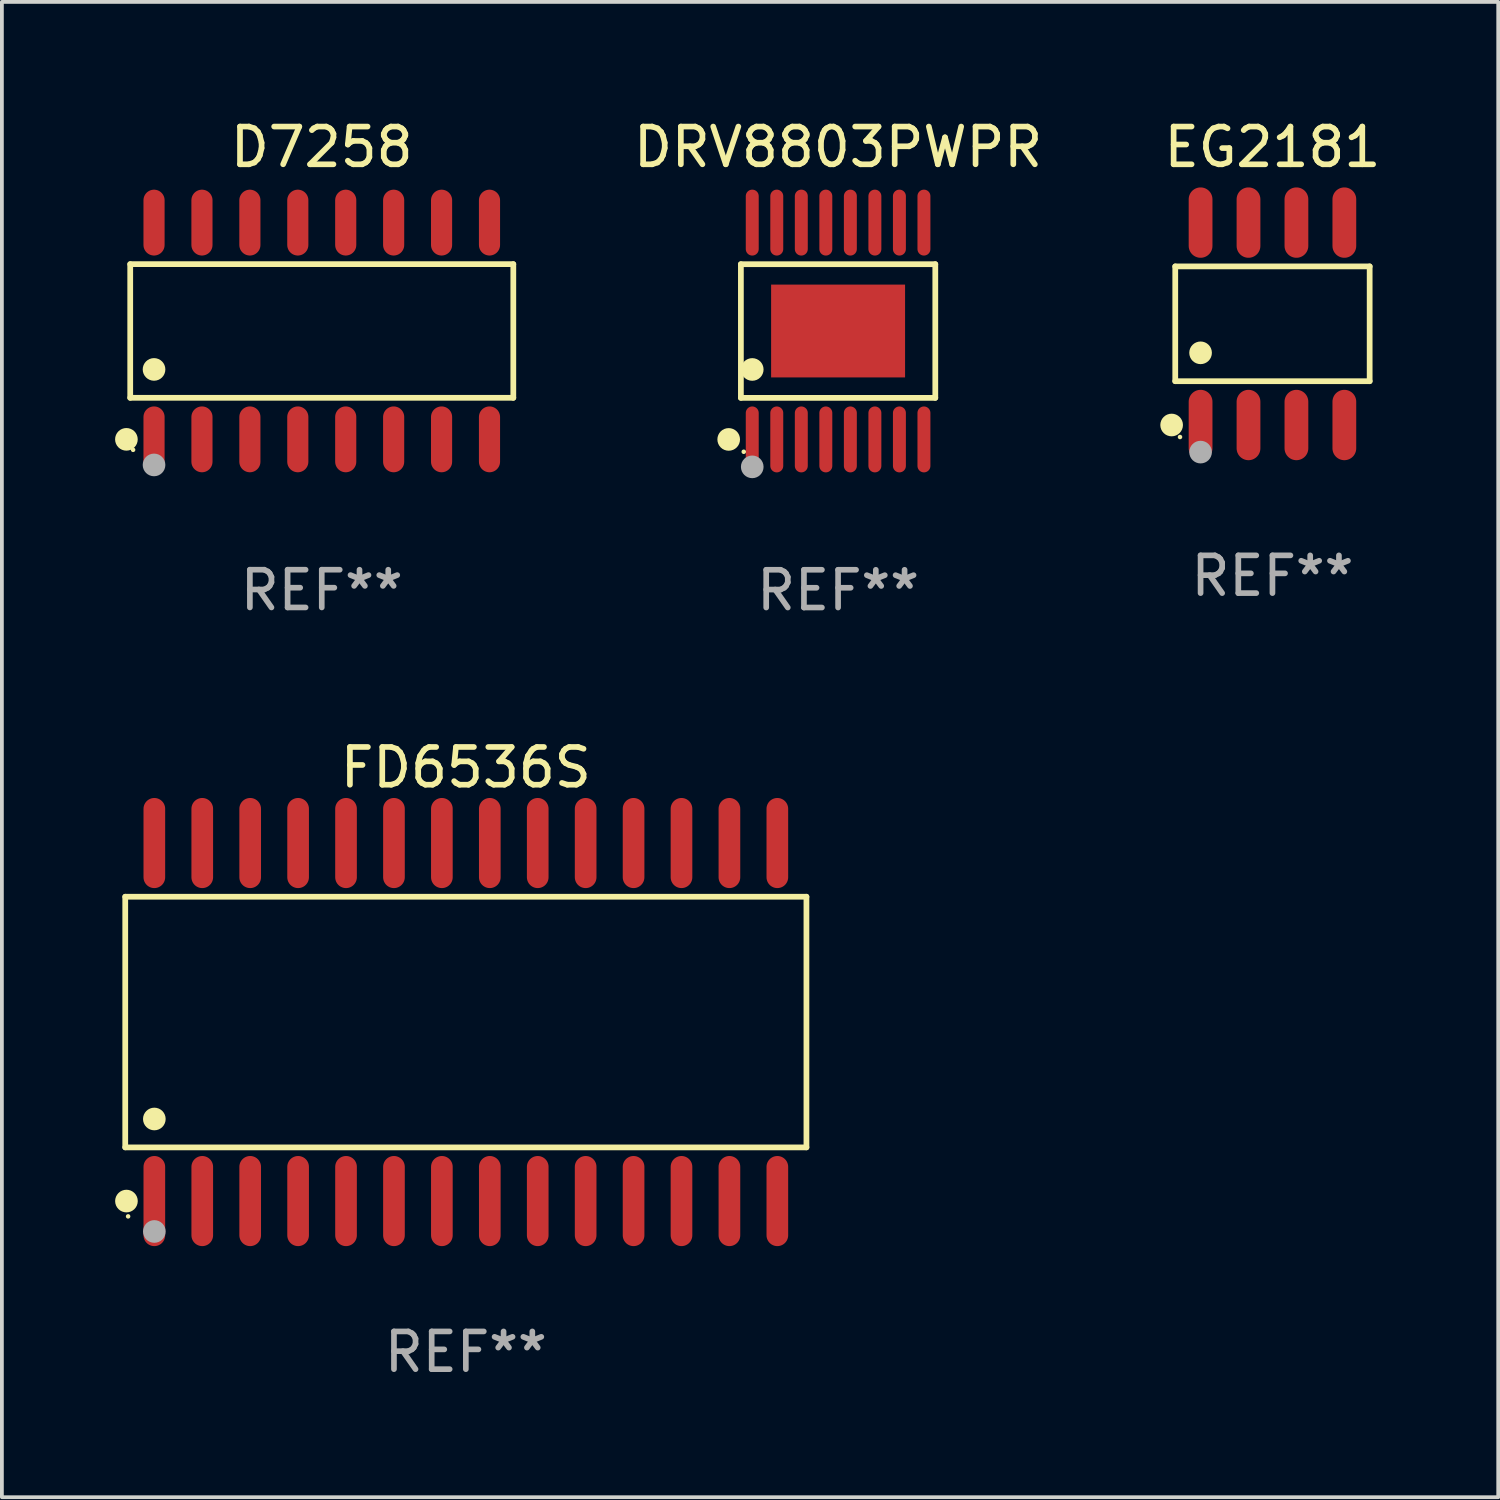
<source format=kicad_pcb>
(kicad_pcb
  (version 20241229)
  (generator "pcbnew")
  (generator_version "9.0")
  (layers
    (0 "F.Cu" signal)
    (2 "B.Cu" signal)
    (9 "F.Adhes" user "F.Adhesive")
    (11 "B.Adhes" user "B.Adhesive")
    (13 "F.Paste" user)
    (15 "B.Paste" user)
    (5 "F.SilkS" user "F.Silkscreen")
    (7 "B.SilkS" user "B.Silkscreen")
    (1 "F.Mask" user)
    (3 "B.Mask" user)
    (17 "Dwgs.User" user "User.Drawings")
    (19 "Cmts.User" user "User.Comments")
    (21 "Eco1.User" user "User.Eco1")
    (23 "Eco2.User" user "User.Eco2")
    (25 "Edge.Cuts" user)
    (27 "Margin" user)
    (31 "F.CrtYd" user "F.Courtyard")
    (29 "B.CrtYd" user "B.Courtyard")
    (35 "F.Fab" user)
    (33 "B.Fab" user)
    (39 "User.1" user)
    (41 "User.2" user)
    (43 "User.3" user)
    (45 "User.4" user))
  (footprint "FD6536S"
    (layer "F.Cu")
    (at 9.295 24.035)
    (property "Reference" "FD6536S" (at 0 -6.744 0) (layer "F.SilkS") (effects (font (size 1 1) (thickness 0.15))))
    (attr through_hole)
    (fp_line (start -9.026 -3.321) (end 9.026 -3.321) (stroke (width 0.152) (type solid)) (layer "F.SilkS"))
    (fp_line (start -9.026 3.321) (end -9.026 -3.321) (stroke (width 0.152) (type solid)) (layer "F.SilkS"))
    (fp_line (start 9.026 -3.321) (end 9.026 3.321) (stroke (width 0.152) (type solid)) (layer "F.SilkS"))
    (fp_line (start 9.026 3.321) (end -9.026 3.321) (stroke (width 0.152) (type solid)) (layer "F.SilkS"))
    (fp_circle (center -8.994 4.744) (end -8.844 4.744) (stroke (width 0.3) (type solid)) (fill no) (layer "F.SilkS"))
    (fp_circle (center -8.95 5.15) (end -8.92 5.15) (stroke (width 0.06) (type solid)) (fill no) (layer "F.SilkS"))
    (fp_circle (center -8.255 2.569) (end -8.105 2.569) (stroke (width 0.3) (type solid)) (fill no) (layer "F.SilkS"))
    (fp_circle (center -8.255 5.55) (end -8.105 5.55) (stroke (width 0.3) (type solid)) (fill no) (layer "F.Fab"))
    (fp_text user "REF**" (at 0 8.744 0) (layer "F.Fab") (effects (font (size 1 1) (thickness 0.15))))
    (pad "1" smd oval (at -8.255 4.744) (size 0.574 2.388) (layers "F.Cu" "F.Mask" "F.Paste"))
    (pad "2" smd oval (at -6.985 4.744) (size 0.574 2.388) (layers "F.Cu" "F.Mask" "F.Paste"))
    (pad "3" smd oval (at -5.715 4.744) (size 0.574 2.388) (layers "F.Cu" "F.Mask" "F.Paste"))
    (pad "4" smd oval (at -4.445 4.744) (size 0.574 2.388) (layers "F.Cu" "F.Mask" "F.Paste"))
    (pad "5" smd oval (at -3.175 4.744) (size 0.574 2.388) (layers "F.Cu" "F.Mask" "F.Paste"))
    (pad "6" smd oval (at -1.905 4.744) (size 0.574 2.388) (layers "F.Cu" "F.Mask" "F.Paste"))
    (pad "7" smd oval (at -0.635 4.744) (size 0.574 2.388) (layers "F.Cu" "F.Mask" "F.Paste"))
    (pad "8" smd oval (at 0.635 4.744) (size 0.574 2.388) (layers "F.Cu" "F.Mask" "F.Paste"))
    (pad "9" smd oval (at 1.905 4.744) (size 0.574 2.388) (layers "F.Cu" "F.Mask" "F.Paste"))
    (pad "10" smd oval (at 3.175 4.744) (size 0.574 2.388) (layers "F.Cu" "F.Mask" "F.Paste"))
    (pad "11" smd oval (at 4.445 4.744) (size 0.574 2.388) (layers "F.Cu" "F.Mask" "F.Paste"))
    (pad "12" smd oval (at 5.715 4.744) (size 0.574 2.388) (layers "F.Cu" "F.Mask" "F.Paste"))
    (pad "13" smd oval (at 6.985 4.744) (size 0.574 2.388) (layers "F.Cu" "F.Mask" "F.Paste"))
    (pad "14" smd oval (at 8.255 4.744) (size 0.574 2.388) (layers "F.Cu" "F.Mask" "F.Paste"))
    (pad "15" smd oval (at 8.255 -4.744) (size 0.574 2.388) (layers "F.Cu" "F.Mask" "F.Paste"))
    (pad "16" smd oval (at 6.985 -4.744) (size 0.574 2.388) (layers "F.Cu" "F.Mask" "F.Paste"))
    (pad "17" smd oval (at 5.715 -4.744) (size 0.574 2.388) (layers "F.Cu" "F.Mask" "F.Paste"))
    (pad "18" smd oval (at 4.445 -4.744) (size 0.574 2.388) (layers "F.Cu" "F.Mask" "F.Paste"))
    (pad "19" smd oval (at 3.175 -4.744) (size 0.574 2.388) (layers "F.Cu" "F.Mask" "F.Paste"))
    (pad "20" smd oval (at 1.905 -4.744) (size 0.574 2.388) (layers "F.Cu" "F.Mask" "F.Paste"))
    (pad "21" smd oval (at 0.635 -4.744) (size 0.574 2.388) (layers "F.Cu" "F.Mask" "F.Paste"))
    (pad "22" smd oval (at -0.635 -4.744) (size 0.574 2.388) (layers "F.Cu" "F.Mask" "F.Paste"))
    (pad "23" smd oval (at -1.905 -4.744) (size 0.574 2.388) (layers "F.Cu" "F.Mask" "F.Paste"))
    (pad "24" smd oval (at -3.175 -4.744) (size 0.574 2.388) (layers "F.Cu" "F.Mask" "F.Paste"))
    (pad "25" smd oval (at -4.445 -4.744) (size 0.574 2.388) (layers "F.Cu" "F.Mask" "F.Paste"))
    (pad "26" smd oval (at -5.715 -4.744) (size 0.574 2.388) (layers "F.Cu" "F.Mask" "F.Paste"))
    (pad "27" smd oval (at -6.985 -4.744) (size 0.574 2.388) (layers "F.Cu" "F.Mask" "F.Paste"))
    (pad "28" smd oval (at -8.255 -4.744) (size 0.574 2.388) (layers "F.Cu" "F.Mask" "F.Paste")))
  (footprint "EG2181"
    (layer "F.Cu")
    (at 30.671 5.531)
    (property "Reference" "EG2181" (at 0 -4.682 0) (layer "F.SilkS") (effects (font (size 1 1) (thickness 0.15))))
    (attr through_hole)
    (fp_line (start -2.576 -1.521) (end 2.576 -1.521) (stroke (width 0.152) (type solid)) (layer "F.SilkS"))
    (fp_line (start -2.576 1.521) (end -2.576 -1.521) (stroke (width 0.152) (type solid)) (layer "F.SilkS"))
    (fp_line (start 2.576 -1.521) (end 2.576 1.521) (stroke (width 0.152) (type solid)) (layer "F.SilkS"))
    (fp_line (start 2.576 1.521) (end -2.576 1.521) (stroke (width 0.152) (type solid)) (layer "F.SilkS"))
    (fp_circle (center -2.672 2.682) (end -2.522 2.682) (stroke (width 0.3) (type solid)) (fill no) (layer "F.SilkS"))
    (fp_circle (center -2.45 3) (end -2.42 3) (stroke (width 0.06) (type solid)) (fill no) (layer "F.SilkS"))
    (fp_circle (center -1.905 0.769) (end -1.755 0.769) (stroke (width 0.3) (type solid)) (fill no) (layer "F.SilkS"))
    (fp_circle (center -1.905 3.4) (end -1.755 3.4) (stroke (width 0.3) (type solid)) (fill no) (layer "F.Fab"))
    (fp_text user "REF**" (at 0 6.682 0) (layer "F.Fab") (effects (font (size 1 1) (thickness 0.15))))
    (pad "1" smd oval (at -1.905 2.682) (size 0.63 1.865) (layers "F.Cu" "F.Mask" "F.Paste"))
    (pad "2" smd oval (at -0.635 2.682) (size 0.63 1.865) (layers "F.Cu" "F.Mask" "F.Paste"))
    (pad "3" smd oval (at 0.635 2.682) (size 0.63 1.865) (layers "F.Cu" "F.Mask" "F.Paste"))
    (pad "4" smd oval (at 1.905 2.682) (size 0.63 1.865) (layers "F.Cu" "F.Mask" "F.Paste"))
    (pad "5" smd oval (at 1.905 -2.682) (size 0.63 1.865) (layers "F.Cu" "F.Mask" "F.Paste"))
    (pad "6" smd oval (at 0.635 -2.682) (size 0.63 1.865) (layers "F.Cu" "F.Mask" "F.Paste"))
    (pad "7" smd oval (at -0.635 -2.682) (size 0.63 1.865) (layers "F.Cu" "F.Mask" "F.Paste"))
    (pad "8" smd oval (at -1.905 -2.682) (size 0.63 1.865) (layers "F.Cu" "F.Mask" "F.Paste")))
  (footprint "D7258"
    (layer "F.Cu")
    (at 5.477 5.721)
    (property "Reference" "D7258" (at 0 -4.872 0) (layer "F.SilkS") (effects (font (size 1 1) (thickness 0.15))))
    (attr through_hole)
    (fp_line (start -5.076 -1.771) (end 5.076 -1.771) (stroke (width 0.152) (type solid)) (layer "F.SilkS"))
    (fp_line (start -5.076 1.771) (end -5.076 -1.771) (stroke (width 0.152) (type solid)) (layer "F.SilkS"))
    (fp_line (start 5.076 -1.771) (end 5.076 1.771) (stroke (width 0.152) (type solid)) (layer "F.SilkS"))
    (fp_line (start 5.076 1.771) (end -5.076 1.771) (stroke (width 0.152) (type solid)) (layer "F.SilkS"))
    (fp_circle (center -5.177 2.872) (end -5.027 2.872) (stroke (width 0.3) (type solid)) (fill no) (layer "F.SilkS"))
    (fp_circle (center -5 3.15) (end -4.97 3.15) (stroke (width 0.06) (type solid)) (fill no) (layer "F.SilkS"))
    (fp_circle (center -4.445 1.019) (end -4.295 1.019) (stroke (width 0.3) (type solid)) (fill no) (layer "F.SilkS"))
    (fp_circle (center -4.445 3.55) (end -4.295 3.55) (stroke (width 0.3) (type solid)) (fill no) (layer "F.Fab"))
    (fp_text user "REF**" (at 0 6.872 0) (layer "F.Fab") (effects (font (size 1 1) (thickness 0.15))))
    (pad "1" smd oval (at -4.445 2.872) (size 0.56 1.745) (layers "F.Cu" "F.Mask" "F.Paste"))
    (pad "2" smd oval (at -3.175 2.872) (size 0.56 1.745) (layers "F.Cu" "F.Mask" "F.Paste"))
    (pad "3" smd oval (at -1.905 2.872) (size 0.56 1.745) (layers "F.Cu" "F.Mask" "F.Paste"))
    (pad "4" smd oval (at -0.635 2.872) (size 0.56 1.745) (layers "F.Cu" "F.Mask" "F.Paste"))
    (pad "5" smd oval (at 0.635 2.872) (size 0.56 1.745) (layers "F.Cu" "F.Mask" "F.Paste"))
    (pad "6" smd oval (at 1.905 2.872) (size 0.56 1.745) (layers "F.Cu" "F.Mask" "F.Paste"))
    (pad "7" smd oval (at 3.175 2.872) (size 0.56 1.745) (layers "F.Cu" "F.Mask" "F.Paste"))
    (pad "8" smd oval (at 4.445 2.872) (size 0.56 1.745) (layers "F.Cu" "F.Mask" "F.Paste"))
    (pad "9" smd oval (at 4.445 -2.872) (size 0.56 1.745) (layers "F.Cu" "F.Mask" "F.Paste"))
    (pad "10" smd oval (at 3.175 -2.872) (size 0.56 1.745) (layers "F.Cu" "F.Mask" "F.Paste"))
    (pad "11" smd oval (at 1.905 -2.872) (size 0.56 1.745) (layers "F.Cu" "F.Mask" "F.Paste"))
    (pad "12" smd oval (at 0.635 -2.872) (size 0.56 1.745) (layers "F.Cu" "F.Mask" "F.Paste"))
    (pad "13" smd oval (at -0.635 -2.872) (size 0.56 1.745) (layers "F.Cu" "F.Mask" "F.Paste"))
    (pad "14" smd oval (at -1.905 -2.872) (size 0.56 1.745) (layers "F.Cu" "F.Mask" "F.Paste"))
    (pad "15" smd oval (at -3.175 -2.872) (size 0.56 1.745) (layers "F.Cu" "F.Mask" "F.Paste"))
    (pad "16" smd oval (at -4.445 -2.872) (size 0.56 1.745) (layers "F.Cu" "F.Mask" "F.Paste")))
  (footprint "DRV8803PWPR"
    (layer "F.Cu")
    (at 19.16 5.722)
    (property "Reference" "DRV8803PWPR" (at 0 -4.873 0) (layer "F.SilkS") (effects (font (size 1 1) (thickness 0.15))))
    (attr through_hole)
    (fp_line (start -2.576 -1.771) (end 2.576 -1.771) (stroke (width 0.152) (type solid)) (layer "F.SilkS"))
    (fp_line (start -2.576 1.771) (end -2.576 -1.771) (stroke (width 0.152) (type solid)) (layer "F.SilkS"))
    (fp_line (start 2.576 -1.771) (end 2.576 1.771) (stroke (width 0.152) (type solid)) (layer "F.SilkS"))
    (fp_line (start 2.576 1.771) (end -2.576 1.771) (stroke (width 0.152) (type solid)) (layer "F.SilkS"))
    (fp_circle (center -2.899 2.873) (end -2.749 2.873) (stroke (width 0.3) (type solid)) (fill no) (layer "F.SilkS"))
    (fp_circle (center -2.5 3.2) (end -2.47 3.2) (stroke (width 0.06) (type solid)) (fill no) (layer "F.SilkS"))
    (fp_circle (center -2.275 1.019) (end -2.125 1.019) (stroke (width 0.3) (type solid)) (fill no) (layer "F.SilkS"))
    (fp_circle (center -2.275 3.6) (end -2.125 3.6) (stroke (width 0.3) (type solid)) (fill no) (layer "F.Fab"))
    (fp_text user "REF**" (at 0 6.873 0) (layer "F.Fab") (effects (font (size 1 1) (thickness 0.15))))
    (pad "1" smd oval (at -2.275 2.873) (size 0.343 1.747) (layers "F.Cu" "F.Mask" "F.Paste"))
    (pad "2" smd oval (at -1.625 2.873) (size 0.343 1.747) (layers "F.Cu" "F.Mask" "F.Paste"))
    (pad "3" smd oval (at -0.975 2.873) (size 0.343 1.747) (layers "F.Cu" "F.Mask" "F.Paste"))
    (pad "4" smd oval (at -0.325 2.873) (size 0.343 1.747) (layers "F.Cu" "F.Mask" "F.Paste"))
    (pad "5" smd oval (at 0.325 2.873) (size 0.343 1.747) (layers "F.Cu" "F.Mask" "F.Paste"))
    (pad "6" smd oval (at 0.975 2.873) (size 0.343 1.747) (layers "F.Cu" "F.Mask" "F.Paste"))
    (pad "7" smd oval (at 1.625 2.873) (size 0.343 1.747) (layers "F.Cu" "F.Mask" "F.Paste"))
    (pad "8" smd oval (at 2.275 2.873) (size 0.343 1.747) (layers "F.Cu" "F.Mask" "F.Paste"))
    (pad "9" smd oval (at 2.275 -2.873) (size 0.343 1.747) (layers "F.Cu" "F.Mask" "F.Paste"))
    (pad "10" smd oval (at 1.625 -2.873) (size 0.343 1.747) (layers "F.Cu" "F.Mask" "F.Paste"))
    (pad "11" smd oval (at 0.975 -2.873) (size 0.343 1.747) (layers "F.Cu" "F.Mask" "F.Paste"))
    (pad "12" smd oval (at 0.325 -2.873) (size 0.343 1.747) (layers "F.Cu" "F.Mask" "F.Paste"))
    (pad "13" smd oval (at -0.325 -2.873) (size 0.343 1.747) (layers "F.Cu" "F.Mask" "F.Paste"))
    (pad "14" smd oval (at -0.975 -2.873) (size 0.343 1.747) (layers "F.Cu" "F.Mask" "F.Paste"))
    (pad "15" smd oval (at -1.625 -2.873) (size 0.343 1.747) (layers "F.Cu" "F.Mask" "F.Paste"))
    (pad "16" smd oval (at -2.275 -2.873) (size 0.343 1.747) (layers "F.Cu" "F.Mask" "F.Paste"))
    (pad "17" smd rect (at 0 0) (size 3.55 2.46) (layers "F.Cu" "F.Mask" "F.Paste")))
  (gr_rect
    (start -3 -3)
    (end 36.654 36.627)
    (stroke (width 0.1) (type default))
    (fill no)
    (layer "Edge.Cuts")))
</source>
